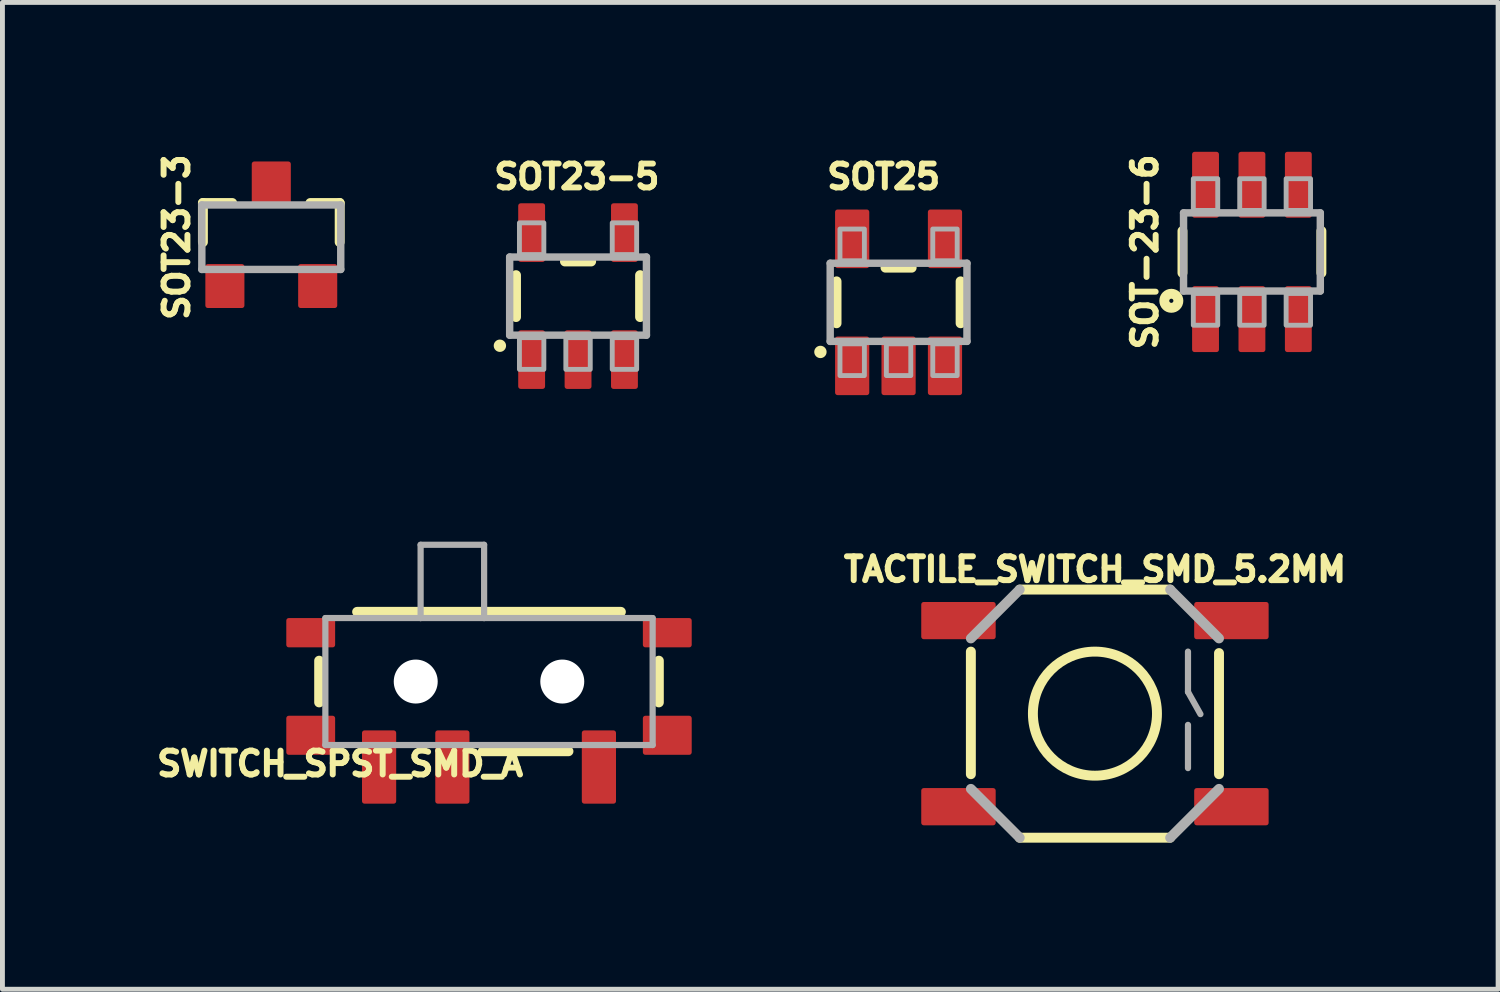
<source format=kicad_pcb>
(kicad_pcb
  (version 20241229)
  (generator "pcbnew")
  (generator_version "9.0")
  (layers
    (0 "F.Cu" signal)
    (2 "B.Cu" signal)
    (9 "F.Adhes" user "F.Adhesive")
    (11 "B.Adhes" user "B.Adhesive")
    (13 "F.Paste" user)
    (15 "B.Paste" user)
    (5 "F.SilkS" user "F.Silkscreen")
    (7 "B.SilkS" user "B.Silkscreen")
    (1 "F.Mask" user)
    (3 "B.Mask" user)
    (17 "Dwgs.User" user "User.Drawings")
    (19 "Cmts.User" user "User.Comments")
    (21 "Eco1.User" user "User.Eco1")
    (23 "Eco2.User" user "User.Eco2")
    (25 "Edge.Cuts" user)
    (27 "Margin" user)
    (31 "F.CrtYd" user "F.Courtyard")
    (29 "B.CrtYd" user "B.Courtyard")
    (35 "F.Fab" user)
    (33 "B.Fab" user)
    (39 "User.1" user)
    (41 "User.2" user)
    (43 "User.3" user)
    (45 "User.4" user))
  (footprint "TACTILE_SWITCH_SMD_5.2MM"
    (layer "F.Cu")
    (at 19.366 11.56)
    (property "Reference" "TACTILE_SWITCH_SMD_5.2MM" (at 0 -2.667 0) (layer "F.SilkS") (effects (font (size 0.488 0.488) (thickness 0.122)) (justify bottom)))
    (fp_line (start -2.54 1.24) (end -2.54 -1.27) (stroke (width 0.203) (type solid)) (layer "F.SilkS"))
    (fp_line (start -1.54 -2.54) (end 1.54 -2.54) (stroke (width 0.203) (type solid)) (layer "F.SilkS"))
    (fp_line (start 1.54 2.54) (end -1.54 2.54) (stroke (width 0.203) (type solid)) (layer "F.SilkS"))
    (fp_line (start 2.54 -1.24) (end 2.54 1.24) (stroke (width 0.203) (type solid)) (layer "F.SilkS"))
    (fp_circle (center 0 0) (end 1.27 0) (stroke (width 0.203) (type solid)) (fill no) (layer "F.SilkS"))
    (fp_line (start -2.54 -1.54) (end -1.54 -2.54) (stroke (width 0.203) (type solid)) (layer "F.Fab"))
    (fp_line (start -1.54 2.54) (end -2.54 1.54) (stroke (width 0.203) (type solid)) (layer "F.Fab"))
    (fp_line (start 1.54 -2.54) (end 2.54 -1.54) (stroke (width 0.203) (type solid)) (layer "F.Fab"))
    (fp_line (start 1.905 -1.27) (end 1.905 -0.445) (stroke (width 0.127) (type solid)) (layer "F.Fab"))
    (fp_line (start 1.905 -0.445) (end 2.16 0.01) (stroke (width 0.127) (type solid)) (layer "F.Fab"))
    (fp_line (start 1.905 0.23) (end 1.905 1.115) (stroke (width 0.127) (type solid)) (layer "F.Fab"))
    (fp_line (start 2.54 1.54) (end 1.54 2.54) (stroke (width 0.203) (type solid)) (layer "F.Fab"))
    (pad "1" smd roundrect (at -2.794 -1.905 90) (size 0.762 1.524) (layers "F.Cu" "F.Mask" "F.Paste") (roundrect_rratio 0.067))
    (pad "2" smd roundrect (at 2.794 -1.905 90) (size 0.762 1.524) (layers "F.Cu" "F.Mask" "F.Paste") (roundrect_rratio 0.067))
    (pad "3" smd roundrect (at -2.794 1.905 90) (size 0.762 1.524) (layers "F.Cu" "F.Mask" "F.Paste") (roundrect_rratio 0.067))
    (pad "4" smd roundrect (at 2.794 1.905 90) (size 0.762 1.524) (layers "F.Cu" "F.Mask" "F.Paste") (roundrect_rratio 0.067)))
  (footprint "SOT25"
    (layer "F.Cu")
    (at 15.346 3.139)
    (property "Reference" "SOT25" (at -1.524 -2.286 0) (layer "F.SilkS") (effects (font (size 0.488 0.488) (thickness 0.122)) (justify left bottom)))
    (fp_line (start -1.27 0.429) (end -1.27 -0.429) (stroke (width 0.203) (type solid)) (layer "F.SilkS"))
    (fp_line (start -0.268 -0.709) (end 0.268 -0.709) (stroke (width 0.203) (type solid)) (layer "F.SilkS"))
    (fp_line (start 1.27 -0.429) (end 1.27 0.429) (stroke (width 0.203) (type solid)) (layer "F.SilkS"))
    (fp_circle (center -1.6 1.016) (end -1.537 1.016) (stroke (width 0.127) (type solid)) (fill yes) (layer "F.SilkS"))
    (fp_line (start -1.4 -0.8) (end -1.4 0.8) (stroke (width 0.152) (type solid)) (layer "F.Fab"))
    (fp_line (start -1.4 -0.8) (end 1.4 -0.8) (stroke (width 0.152) (type solid)) (layer "F.Fab"))
    (fp_line (start 1.4 -0.8) (end 1.4 0.8) (stroke (width 0.152) (type solid)) (layer "F.Fab"))
    (fp_line (start 1.4 0.8) (end -1.4 0.8) (stroke (width 0.152) (type solid)) (layer "F.Fab"))
    (fp_poly (pts (xy -1.2 -0.85) (xy -0.7 -0.85) (xy -0.7 -1.5) (xy -1.2 -1.5)) (stroke (width 0.1) (type default)) (fill no) (layer "F.Fab"))
    (fp_poly (pts (xy -1.2 1.5) (xy -0.7 1.5) (xy -0.7 0.85) (xy -1.2 0.85)) (stroke (width 0.1) (type default)) (fill no) (layer "F.Fab"))
    (fp_poly (pts (xy -0.25 1.5) (xy 0.25 1.5) (xy 0.25 0.85) (xy -0.25 0.85)) (stroke (width 0.1) (type default)) (fill no) (layer "F.Fab"))
    (fp_poly (pts (xy 0.7 -0.85) (xy 1.2 -0.85) (xy 1.2 -1.5) (xy 0.7 -1.5)) (stroke (width 0.1) (type default)) (fill no) (layer "F.Fab"))
    (fp_poly (pts (xy 0.7 1.5) (xy 1.2 1.5) (xy 1.2 0.85) (xy 0.7 0.85)) (stroke (width 0.1) (type default)) (fill no) (layer "F.Fab"))
    (pad "1" smd roundrect (at -0.95 1.3) (size 0.7 1.2) (layers "F.Cu" "F.Mask" "F.Paste") (roundrect_rratio 0.073))
    (pad "2" smd roundrect (at 0 1.3) (size 0.7 1.2) (layers "F.Cu" "F.Mask" "F.Paste") (roundrect_rratio 0.073))
    (pad "3" smd roundrect (at 0.95 1.3) (size 0.7 1.2) (layers "F.Cu" "F.Mask" "F.Paste") (roundrect_rratio 0.073))
    (pad "4" smd roundrect (at 0.95 -1.3) (size 0.7 1.2) (layers "F.Cu" "F.Mask" "F.Paste") (roundrect_rratio 0.073))
    (pad "5" smd roundrect (at -0.95 -1.3) (size 0.7 1.2) (layers "F.Cu" "F.Mask" "F.Paste") (roundrect_rratio 0.073)))
  (footprint "SOT23-3"
    (layer "F.Cu")
    (at 2.504 1.806)
    (property "Reference" "SOT23-3" (at -1.651 0 90) (layer "F.SilkS") (effects (font (size 0.488 0.488) (thickness 0.122)) (justify bottom)))
    (fp_line (start -1.4 -0.7) (end -1.4 0.1) (stroke (width 0.203) (type solid)) (layer "F.SilkS"))
    (fp_line (start -0.8 -0.7) (end -1.4 -0.7) (stroke (width 0.203) (type solid)) (layer "F.SilkS"))
    (fp_line (start 0.8 -0.7) (end 1.4 -0.7) (stroke (width 0.203) (type solid)) (layer "F.SilkS"))
    (fp_line (start 1.4 -0.7) (end 1.4 0.1) (stroke (width 0.203) (type solid)) (layer "F.SilkS"))
    (fp_line (start -1.422 -0.66) (end 1.422 -0.66) (stroke (width 0.152) (type solid)) (layer "F.Fab"))
    (fp_line (start -1.422 0.66) (end -1.422 -0.66) (stroke (width 0.152) (type solid)) (layer "F.Fab"))
    (fp_line (start 1.422 -0.66) (end 1.422 0.66) (stroke (width 0.152) (type solid)) (layer "F.Fab"))
    (fp_line (start 1.422 0.66) (end -1.422 0.66) (stroke (width 0.152) (type solid)) (layer "F.Fab"))
    (pad "1" smd roundrect (at -0.95 1) (size 0.8 0.9) (layers "F.Cu" "F.Mask" "F.Paste") (roundrect_rratio 0.064))
    (pad "2" smd roundrect (at 0.95 1) (size 0.8 0.9) (layers "F.Cu" "F.Mask" "F.Paste") (roundrect_rratio 0.064))
    (pad "3" smd roundrect (at 0 -1.1) (size 0.8 0.9) (layers "F.Cu" "F.Mask" "F.Paste") (roundrect_rratio 0.064)))
  (footprint "SWITCH_SPST_SMD_A"
    (layer "F.Cu")
    (at 6.961 10.903)
    (property "Reference" "SWITCH_SPST_SMD_A" (at 0.762 1.397 0) (layer "F.SilkS") (effects (font (size 0.488 0.488) (thickness 0.122)) (justify right top)))
    (fp_line (start -3.477 -0.427) (end -3.477 0.427) (stroke (width 0.203) (type solid)) (layer "F.SilkS"))
    (fp_line (start 1.627 1.427) (end -0.127 1.427) (stroke (width 0.203) (type solid)) (layer "F.SilkS"))
    (fp_line (start 2.7 -1.427) (end -2.7 -1.427) (stroke (width 0.203) (type solid)) (layer "F.SilkS"))
    (fp_line (start 3.477 -0.427) (end 3.477 0.427) (stroke (width 0.203) (type solid)) (layer "F.SilkS"))
    (fp_line (start -3.35 -1.3) (end -3.35 1.3) (stroke (width 0.127) (type solid)) (layer "F.Fab"))
    (fp_line (start -3.35 1.3) (end 3.35 1.3) (stroke (width 0.127) (type solid)) (layer "F.Fab"))
    (fp_line (start -1.4 -2.8) (end -1.4 -1.3) (stroke (width 0.127) (type solid)) (layer "F.Fab"))
    (fp_line (start -1.4 -1.3) (end -3.35 -1.3) (stroke (width 0.127) (type solid)) (layer "F.Fab"))
    (fp_line (start -0.1 -2.8) (end -1.4 -2.8) (stroke (width 0.127) (type solid)) (layer "F.Fab"))
    (fp_line (start -0.1 -1.3) (end -1.4 -1.3) (stroke (width 0.127) (type solid)) (layer "F.Fab"))
    (fp_line (start -0.1 -1.3) (end -0.1 -2.8) (stroke (width 0.127) (type solid)) (layer "F.Fab"))
    (fp_line (start 3.35 -1.3) (end -0.1 -1.3) (stroke (width 0.127) (type solid)) (layer "F.Fab"))
    (fp_line (start 3.35 1.3) (end 3.35 -1.3) (stroke (width 0.127) (type solid)) (layer "F.Fab"))
    (pad "" np_thru_hole circle (at -1.5 0) (size 0.9 0.9) (drill 0.9) (layers "*.Cu" "*.Mask"))
    (pad "" np_thru_hole circle (at 1.5 0) (size 0.9 0.9) (drill 0.9) (layers "*.Cu" "*.Mask"))
    (pad "1" smd roundrect (at -2.25 1.75 180) (size 0.7 1.5) (layers "F.Cu" "F.Mask" "F.Paste") (roundrect_rratio 0.073))
    (pad "2" smd roundrect (at -0.75 1.75 180) (size 0.7 1.5) (layers "F.Cu" "F.Mask" "F.Paste") (roundrect_rratio 0.073))
    (pad "3" smd roundrect (at 2.25 1.75 180) (size 0.7 1.5) (layers "F.Cu" "F.Mask" "F.Paste") (roundrect_rratio 0.073))
    (pad "GND1" smd roundrect (at -3.65 -1) (size 1 0.6) (layers "F.Cu" "F.Mask" "F.Paste") (roundrect_rratio 0.085))
    (pad "GND2" smd roundrect (at -3.65 1.1) (size 1 0.8) (layers "F.Cu" "F.Mask" "F.Paste") (roundrect_rratio 0.064))
    (pad "GND3" smd roundrect (at 3.65 -1) (size 1 0.6) (layers "F.Cu" "F.Mask" "F.Paste") (roundrect_rratio 0.085))
    (pad "GND4" smd roundrect (at 3.65 1.1) (size 1 0.8) (layers "F.Cu" "F.Mask" "F.Paste") (roundrect_rratio 0.064)))
  (footprint "SOT-23-6"
    (layer "F.Cu")
    (at 22.58 2.108)
    (property "Reference" "SOT-23-6" (at -1.905 0 90) (layer "F.SilkS") (effects (font (size 0.488 0.488) (thickness 0.122)) (justify bottom)))
    (fp_line (start -1.422 0.429) (end -1.422 -0.429) (stroke (width 0.203) (type solid)) (layer "F.SilkS"))
    (fp_line (start 1.422 -0.429) (end 1.422 0.429) (stroke (width 0.203) (type solid)) (layer "F.SilkS"))
    (fp_circle (center -1.65 1) (end -1.506 1) (stroke (width 0.203) (type solid)) (fill no) (layer "F.SilkS"))
    (fp_line (start -1.4 -0.8) (end -1.4 0.8) (stroke (width 0.152) (type solid)) (layer "F.Fab"))
    (fp_line (start -1.4 -0.8) (end 1.4 -0.8) (stroke (width 0.152) (type solid)) (layer "F.Fab"))
    (fp_line (start 1.4 -0.8) (end 1.4 0.8) (stroke (width 0.152) (type solid)) (layer "F.Fab"))
    (fp_line (start 1.4 0.8) (end -1.4 0.8) (stroke (width 0.152) (type solid)) (layer "F.Fab"))
    (fp_poly (pts (xy -1.2 -0.85) (xy -0.7 -0.85) (xy -0.7 -1.5) (xy -1.2 -1.5)) (stroke (width 0.1) (type default)) (fill no) (layer "F.Fab"))
    (fp_poly (pts (xy -1.2 1.5) (xy -0.7 1.5) (xy -0.7 0.85) (xy -1.2 0.85)) (stroke (width 0.1) (type default)) (fill no) (layer "F.Fab"))
    (fp_poly (pts (xy -0.25 -0.85) (xy 0.25 -0.85) (xy 0.25 -1.5) (xy -0.25 -1.5)) (stroke (width 0.1) (type default)) (fill no) (layer "F.Fab"))
    (fp_poly (pts (xy -0.25 1.5) (xy 0.25 1.5) (xy 0.25 0.85) (xy -0.25 0.85)) (stroke (width 0.1) (type default)) (fill no) (layer "F.Fab"))
    (fp_poly (pts (xy 0.7 -0.85) (xy 1.2 -0.85) (xy 1.2 -1.5) (xy 0.7 -1.5)) (stroke (width 0.1) (type default)) (fill no) (layer "F.Fab"))
    (fp_poly (pts (xy 0.7 1.5) (xy 1.2 1.5) (xy 1.2 0.85) (xy 0.7 0.85)) (stroke (width 0.1) (type default)) (fill no) (layer "F.Fab"))
    (pad "1" smd roundrect (at -0.95 1.375) (size 0.55 1.35) (layers "F.Cu" "F.Mask" "F.Paste") (roundrect_rratio 0.092))
    (pad "2" smd roundrect (at 0 1.375) (size 0.55 1.35) (layers "F.Cu" "F.Mask" "F.Paste") (roundrect_rratio 0.092))
    (pad "3" smd roundrect (at 0.95 1.375) (size 0.55 1.35) (layers "F.Cu" "F.Mask" "F.Paste") (roundrect_rratio 0.092))
    (pad "4" smd roundrect (at 0.95 -1.375) (size 0.55 1.35) (layers "F.Cu" "F.Mask" "F.Paste") (roundrect_rratio 0.092))
    (pad "5" smd roundrect (at 0 -1.375) (size 0.55 1.35) (layers "F.Cu" "F.Mask" "F.Paste") (roundrect_rratio 0.092))
    (pad "6" smd roundrect (at -0.95 -1.375) (size 0.55 1.35) (layers "F.Cu" "F.Mask" "F.Paste") (roundrect_rratio 0.092)))
  (footprint "SOT23-5"
    (layer "F.Cu")
    (at 8.784 3.012)
    (property "Reference" "SOT23-5" (at -1.778 -2.159 0) (layer "F.SilkS") (effects (font (size 0.488 0.488) (thickness 0.122)) (justify left bottom)))
    (fp_line (start -1.27 0.429) (end -1.27 -0.429) (stroke (width 0.203) (type solid)) (layer "F.SilkS"))
    (fp_line (start -0.268 -0.709) (end 0.268 -0.709) (stroke (width 0.203) (type solid)) (layer "F.SilkS"))
    (fp_line (start 1.27 -0.429) (end 1.27 0.429) (stroke (width 0.203) (type solid)) (layer "F.SilkS"))
    (fp_circle (center -1.6 1.016) (end -1.537 1.016) (stroke (width 0.127) (type solid)) (fill yes) (layer "F.SilkS"))
    (fp_line (start -1.4 -0.8) (end -1.4 0.8) (stroke (width 0.152) (type solid)) (layer "F.Fab"))
    (fp_line (start -1.4 -0.8) (end 1.4 -0.8) (stroke (width 0.152) (type solid)) (layer "F.Fab"))
    (fp_line (start 1.4 -0.8) (end 1.4 0.8) (stroke (width 0.152) (type solid)) (layer "F.Fab"))
    (fp_line (start 1.4 0.8) (end -1.4 0.8) (stroke (width 0.152) (type solid)) (layer "F.Fab"))
    (fp_poly (pts (xy -1.2 -0.85) (xy -0.7 -0.85) (xy -0.7 -1.5) (xy -1.2 -1.5)) (stroke (width 0.1) (type default)) (fill no) (layer "F.Fab"))
    (fp_poly (pts (xy -1.2 1.5) (xy -0.7 1.5) (xy -0.7 0.85) (xy -1.2 0.85)) (stroke (width 0.1) (type default)) (fill no) (layer "F.Fab"))
    (fp_poly (pts (xy -0.25 1.5) (xy 0.25 1.5) (xy 0.25 0.85) (xy -0.25 0.85)) (stroke (width 0.1) (type default)) (fill no) (layer "F.Fab"))
    (fp_poly (pts (xy 0.7 -0.85) (xy 1.2 -0.85) (xy 1.2 -1.5) (xy 0.7 -1.5)) (stroke (width 0.1) (type default)) (fill no) (layer "F.Fab"))
    (fp_poly (pts (xy 0.7 1.5) (xy 1.2 1.5) (xy 1.2 0.85) (xy 0.7 0.85)) (stroke (width 0.1) (type default)) (fill no) (layer "F.Fab"))
    (pad "1" smd roundrect (at -0.95 1.3) (size 0.55 1.2) (layers "F.Cu" "F.Mask" "F.Paste") (roundrect_rratio 0.092))
    (pad "2" smd roundrect (at 0 1.3) (size 0.55 1.2) (layers "F.Cu" "F.Mask" "F.Paste") (roundrect_rratio 0.092))
    (pad "3" smd roundrect (at 0.95 1.3) (size 0.55 1.2) (layers "F.Cu" "F.Mask" "F.Paste") (roundrect_rratio 0.092))
    (pad "4" smd roundrect (at 0.95 -1.3) (size 0.55 1.2) (layers "F.Cu" "F.Mask" "F.Paste") (roundrect_rratio 0.092))
    (pad "5" smd roundrect (at -0.95 -1.3) (size 0.55 1.2) (layers "F.Cu" "F.Mask" "F.Paste") (roundrect_rratio 0.092)))
  (gr_rect
    (start -3 -3)
    (end 27.62 17.202)
    (stroke (width 0.1) (type default))
    (fill no)
    (layer "Edge.Cuts")))
</source>
